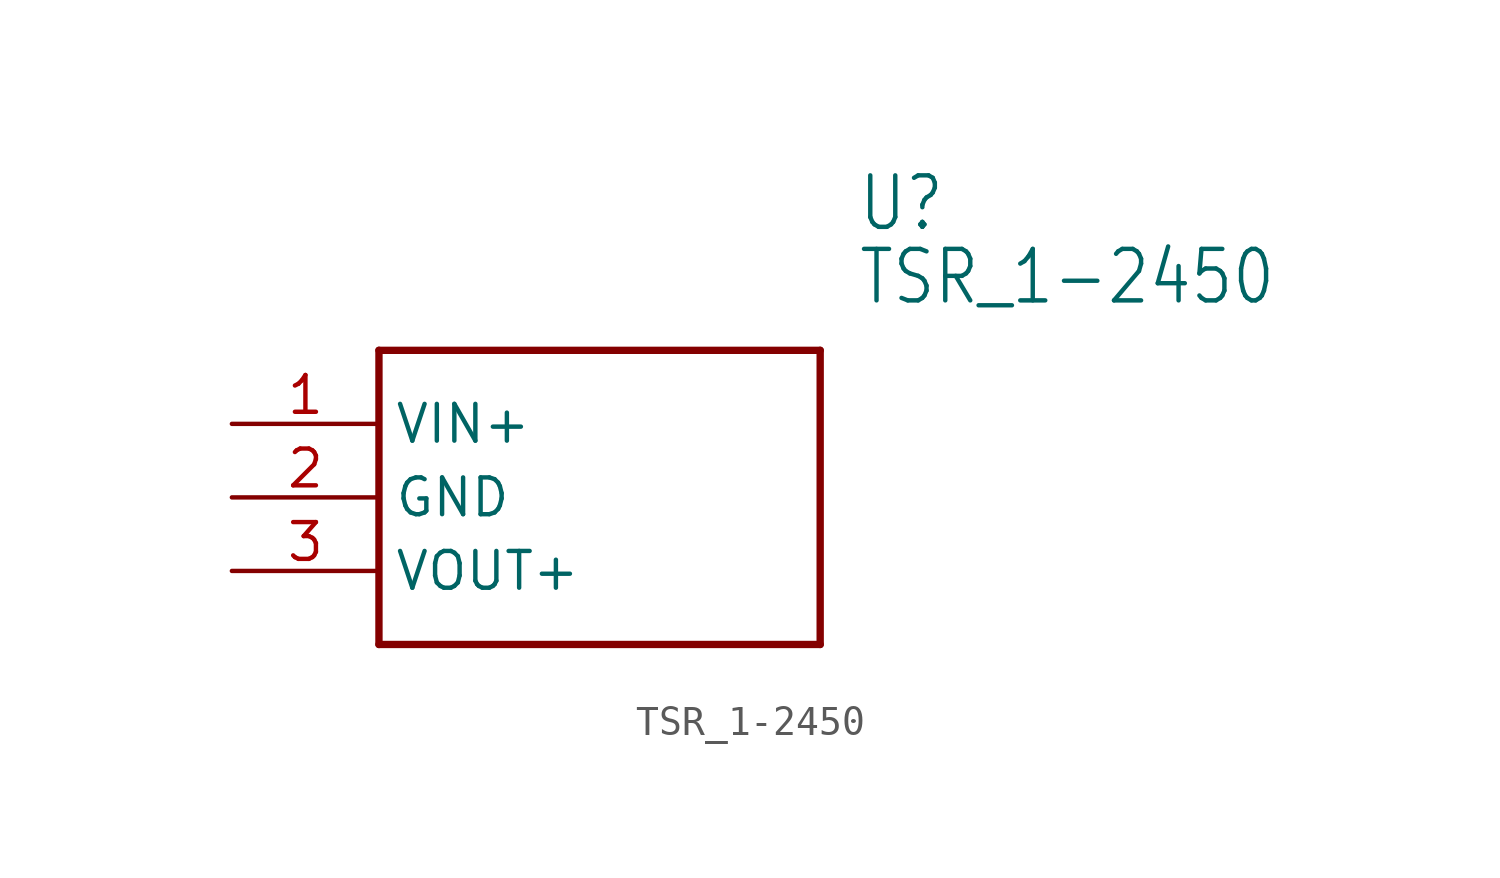
<source format=kicad_sym>
(kicad_symbol_lib
  (version 20211014)
  (generator kicad_symbol_editor)
  (symbol "TSR_1-2450"
    (property "Reference" "U"
      (at 21.59 7.62 0)
      (effects (font (size 1.778 1.511)) (justify left)))
    (property "Value" "TSR_1-2450"
      (at 21.59 5.08 0)
      (effects (font (size 1.778 1.511)) (justify left)))
    (property "ki_locked" ""
      (at 0 0 0)
      (effects (font (size 1.27 1.27))))
    (symbol "TSR_1-2450_1_0"
      (polyline (pts (xy 5.08 2.54) (xy 5.08 -7.62)) (stroke (width 0.254) (type default) (color 0 0 0 0)) (fill (type none)))
      (polyline (pts (xy 5.08 2.54) (xy 20.32 2.54)) (stroke (width 0.254) (type default) (color 0 0 0 0)) (fill (type none)))
      (polyline (pts (xy 20.32 -7.62) (xy 5.08 -7.62)) (stroke (width 0.254) (type default) (color 0 0 0 0)) (fill (type none)))
      (polyline (pts (xy 20.32 -7.62) (xy 20.32 2.54)) (stroke (width 0.254) (type default) (color 0 0 0 0)) (fill (type none)))
      (pin input line (at 0 0 0) (length 5.08) (name "VIN+" (effects (font (size 1.27 1.27)))) (number "1" (effects (font (size 1.27 1.27)))))
      (pin power_in line (at 0 -2.54 0) (length 5.08) (name "GND" (effects (font (size 1.27 1.27)))) (number "2" (effects (font (size 1.27 1.27)))))
      (pin input line (at 0 -5.08 0) (length 5.08) (name "VOUT+" (effects (font (size 1.27 1.27)))) (number "3" (effects (font (size 1.27 1.27))))))))
</source>
